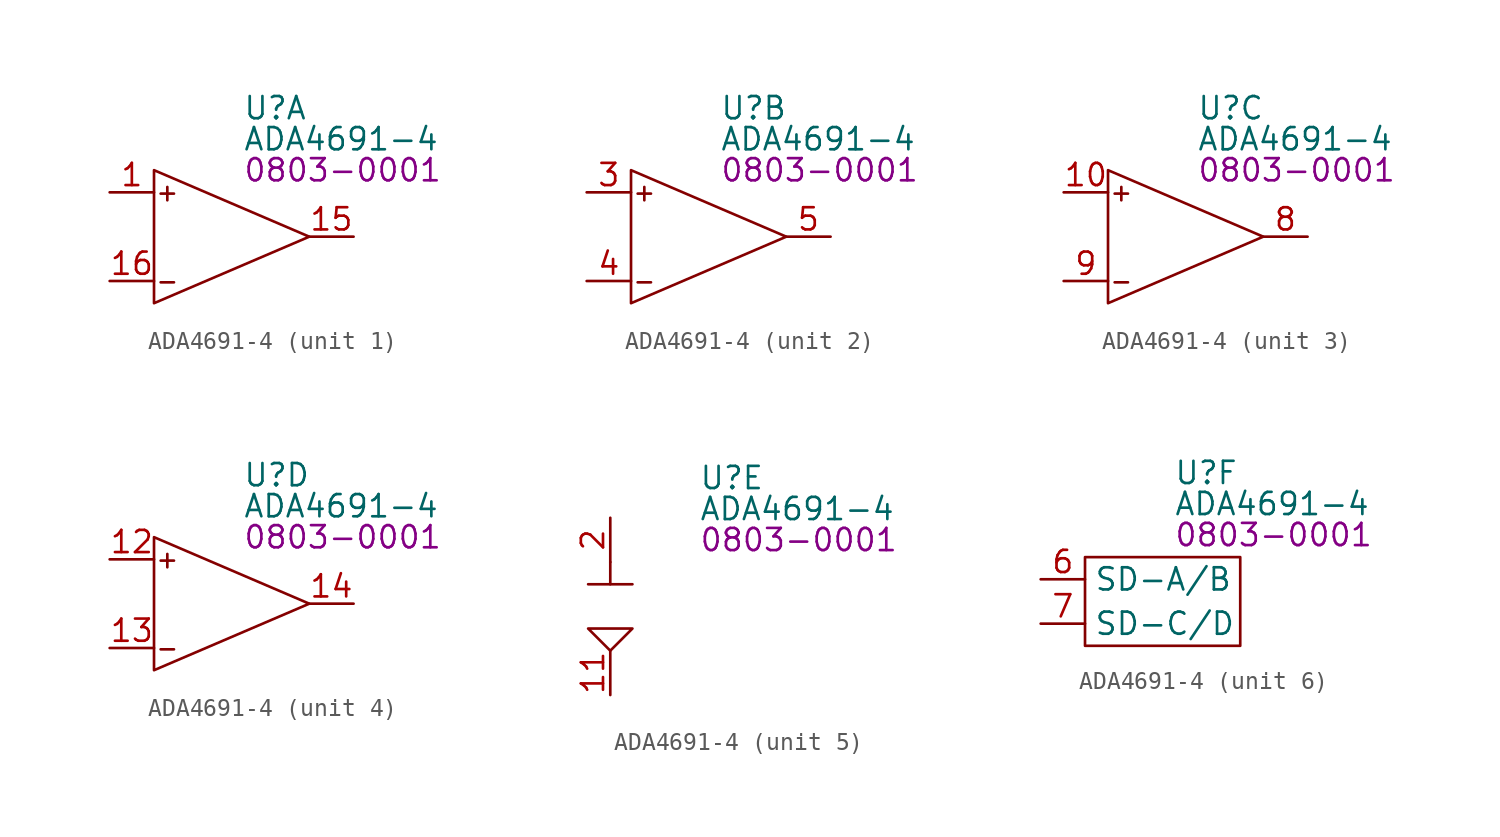
<source format=kicad_sym>
(kicad_symbol_lib
  (version 20231120)
  (generator "kicad_symbol_editor")
  (generator_version "8.0")
  (symbol "ADA4691-4"
    (property "Reference" "U"
      (at 5.08 7.366 0)
      (effects (font (size 1.27 1.27)) (justify left)))
    (property "Value" "ADA4691-4"
      (at 5.08 5.588 0)
      (effects (font (size 1.27 1.27)) (justify left)))
    (property "PartNumber" "0803-0001"
      (at 5.08 3.81 0)
      (effects (font (size 1.27 1.27)) (justify left)))
    (property "ki_locked" ""
      (at 0 0 0)
      (effects (font (size 1.27 1.27))))
    (symbol "ADA4691-4_1_0"
      (pin input line (at -2.54 2.54 0) (length 2.54) (name "+INA" (effects (font (size 0 0)))) (number "1" (effects (font (size 1.27 1.27)))))
      (pin output line (at 11.43 0 180) (length 2.54) (name "OUTA" (effects (font (size 0 0)))) (number "15" (effects (font (size 1.27 1.27)))))
      (pin input line (at -2.54 -2.54 0) (length 2.54) (name "-INA" (effects (font (size 0 0)))) (number "16" (effects (font (size 1.27 1.27))))))
    (symbol "ADA4691-4_1_1"
      (polyline (pts (xy 0 3.81) (xy 8.89 0) (xy 0 -3.81) (xy 0 3.81)) (stroke (width 0) (type default)) (fill (type none)))
      (text "+" (at 0.762 2.54 0) (effects (font (size 1 1))))
      (text "-" (at 0.762 -2.54 0) (effects (font (size 1 1)))))
    (symbol "ADA4691-4_2_0"
      (pin input line (at -2.54 2.54 0) (length 2.54) (name "+INB" (effects (font (size 0 0)))) (number "3" (effects (font (size 1.27 1.27)))))
      (pin input line (at -2.54 -2.54 0) (length 2.54) (name "-INB" (effects (font (size 0 0)))) (number "4" (effects (font (size 1.27 1.27)))))
      (pin output line (at 11.43 0 180) (length 2.54) (name "OUTB" (effects (font (size 0 0)))) (number "5" (effects (font (size 1.27 1.27))))))
    (symbol "ADA4691-4_2_1"
      (polyline (pts (xy 0 3.81) (xy 8.89 0) (xy 0 -3.81) (xy 0 3.81)) (stroke (width 0) (type default)) (fill (type none)))
      (text "+" (at 0.762 2.54 0) (effects (font (size 1 1))))
      (text "-" (at 0.762 -2.54 0) (effects (font (size 1 1)))))
    (symbol "ADA4691-4_3_0"
      (pin input line (at -2.54 2.54 0) (length 2.54) (name "+INC" (effects (font (size 0 0)))) (number "10" (effects (font (size 1.27 1.27)))))
      (pin output line (at 11.43 0 180) (length 2.54) (name "OUTC" (effects (font (size 0 0)))) (number "8" (effects (font (size 1.27 1.27)))))
      (pin input line (at -2.54 -2.54 0) (length 2.54) (name "-INC" (effects (font (size 0 0)))) (number "9" (effects (font (size 1.27 1.27))))))
    (symbol "ADA4691-4_3_1"
      (polyline (pts (xy 0 3.81) (xy 8.89 0) (xy 0 -3.81) (xy 0 3.81)) (stroke (width 0) (type default)) (fill (type none)))
      (text "+" (at 0.762 2.54 0) (effects (font (size 1 1))))
      (text "-" (at 0.762 -2.54 0) (effects (font (size 1 1)))))
    (symbol "ADA4691-4_4_0"
      (pin input line (at -2.54 2.54 0) (length 2.54) (name "+IND" (effects (font (size 0 0)))) (number "12" (effects (font (size 1.27 1.27)))))
      (pin input line (at -2.54 -2.54 0) (length 2.54) (name "-IND" (effects (font (size 0 0)))) (number "13" (effects (font (size 1.27 1.27)))))
      (pin output line (at 11.43 0 180) (length 2.54) (name "OUTD" (effects (font (size 0 0)))) (number "14" (effects (font (size 1.27 1.27))))))
    (symbol "ADA4691-4_4_1"
      (polyline (pts (xy 0 3.81) (xy 8.89 0) (xy 0 -3.81) (xy 0 3.81)) (stroke (width 0) (type default)) (fill (type none)))
      (text "+" (at 0.762 2.54 0) (effects (font (size 1 1))))
      (text "-" (at 0.762 -2.54 0) (effects (font (size 1 1)))))
    (symbol "ADA4691-4_5_0"
      (pin power_in line (at 0 -5.08 90) (length 2.54) (name "V-" (effects (font (size 0 0)))) (number "11" (effects (font (size 1.27 1.27)))))
      (pin power_in line (at 0 -5.08 90) (length 2.54) hide (name "GND" (effects (font (size 0 0)))) (number "17" (effects (font (size 1.27 1.27)))))
      (pin power_in line (at 0 5.08 270) (length 2.54) (name "V+" (effects (font (size 0 0)))) (number "2" (effects (font (size 1.27 1.27))))))
    (symbol "ADA4691-4_5_1"
      (polyline (pts (xy -1.27 1.27) (xy 1.27 1.27)) (stroke (width 0) (type default)) (fill (type none)))
      (polyline (pts (xy 0 2.54) (xy 0 1.27)) (stroke (width 0) (type default)) (fill (type none)))
      (polyline (pts (xy 0 -2.54) (xy -1.27 -1.27) (xy 1.27 -1.27) (xy 0 -2.54)) (stroke (width 0) (type default)) (fill (type none))))
    (symbol "ADA4691-4_6_0"
      (pin input line (at -2.54 1.27 0) (length 2.54) (name "SD-A/B" (effects (font (size 1.27 1.27)))) (number "6" (effects (font (size 1.27 1.27)))))
      (pin input line (at -2.54 -1.27 0) (length 2.54) (name "SD-C/D" (effects (font (size 1.27 1.27)))) (number "7" (effects (font (size 1.27 1.27))))))
    (symbol "ADA4691-4_6_1"
      (polyline (pts (xy 0 2.54) (xy 0 -2.54) (xy 8.89 -2.54) (xy 8.89 2.54) (xy 0 2.54)) (stroke (width 0) (type default)) (fill (type none))))))
</source>
